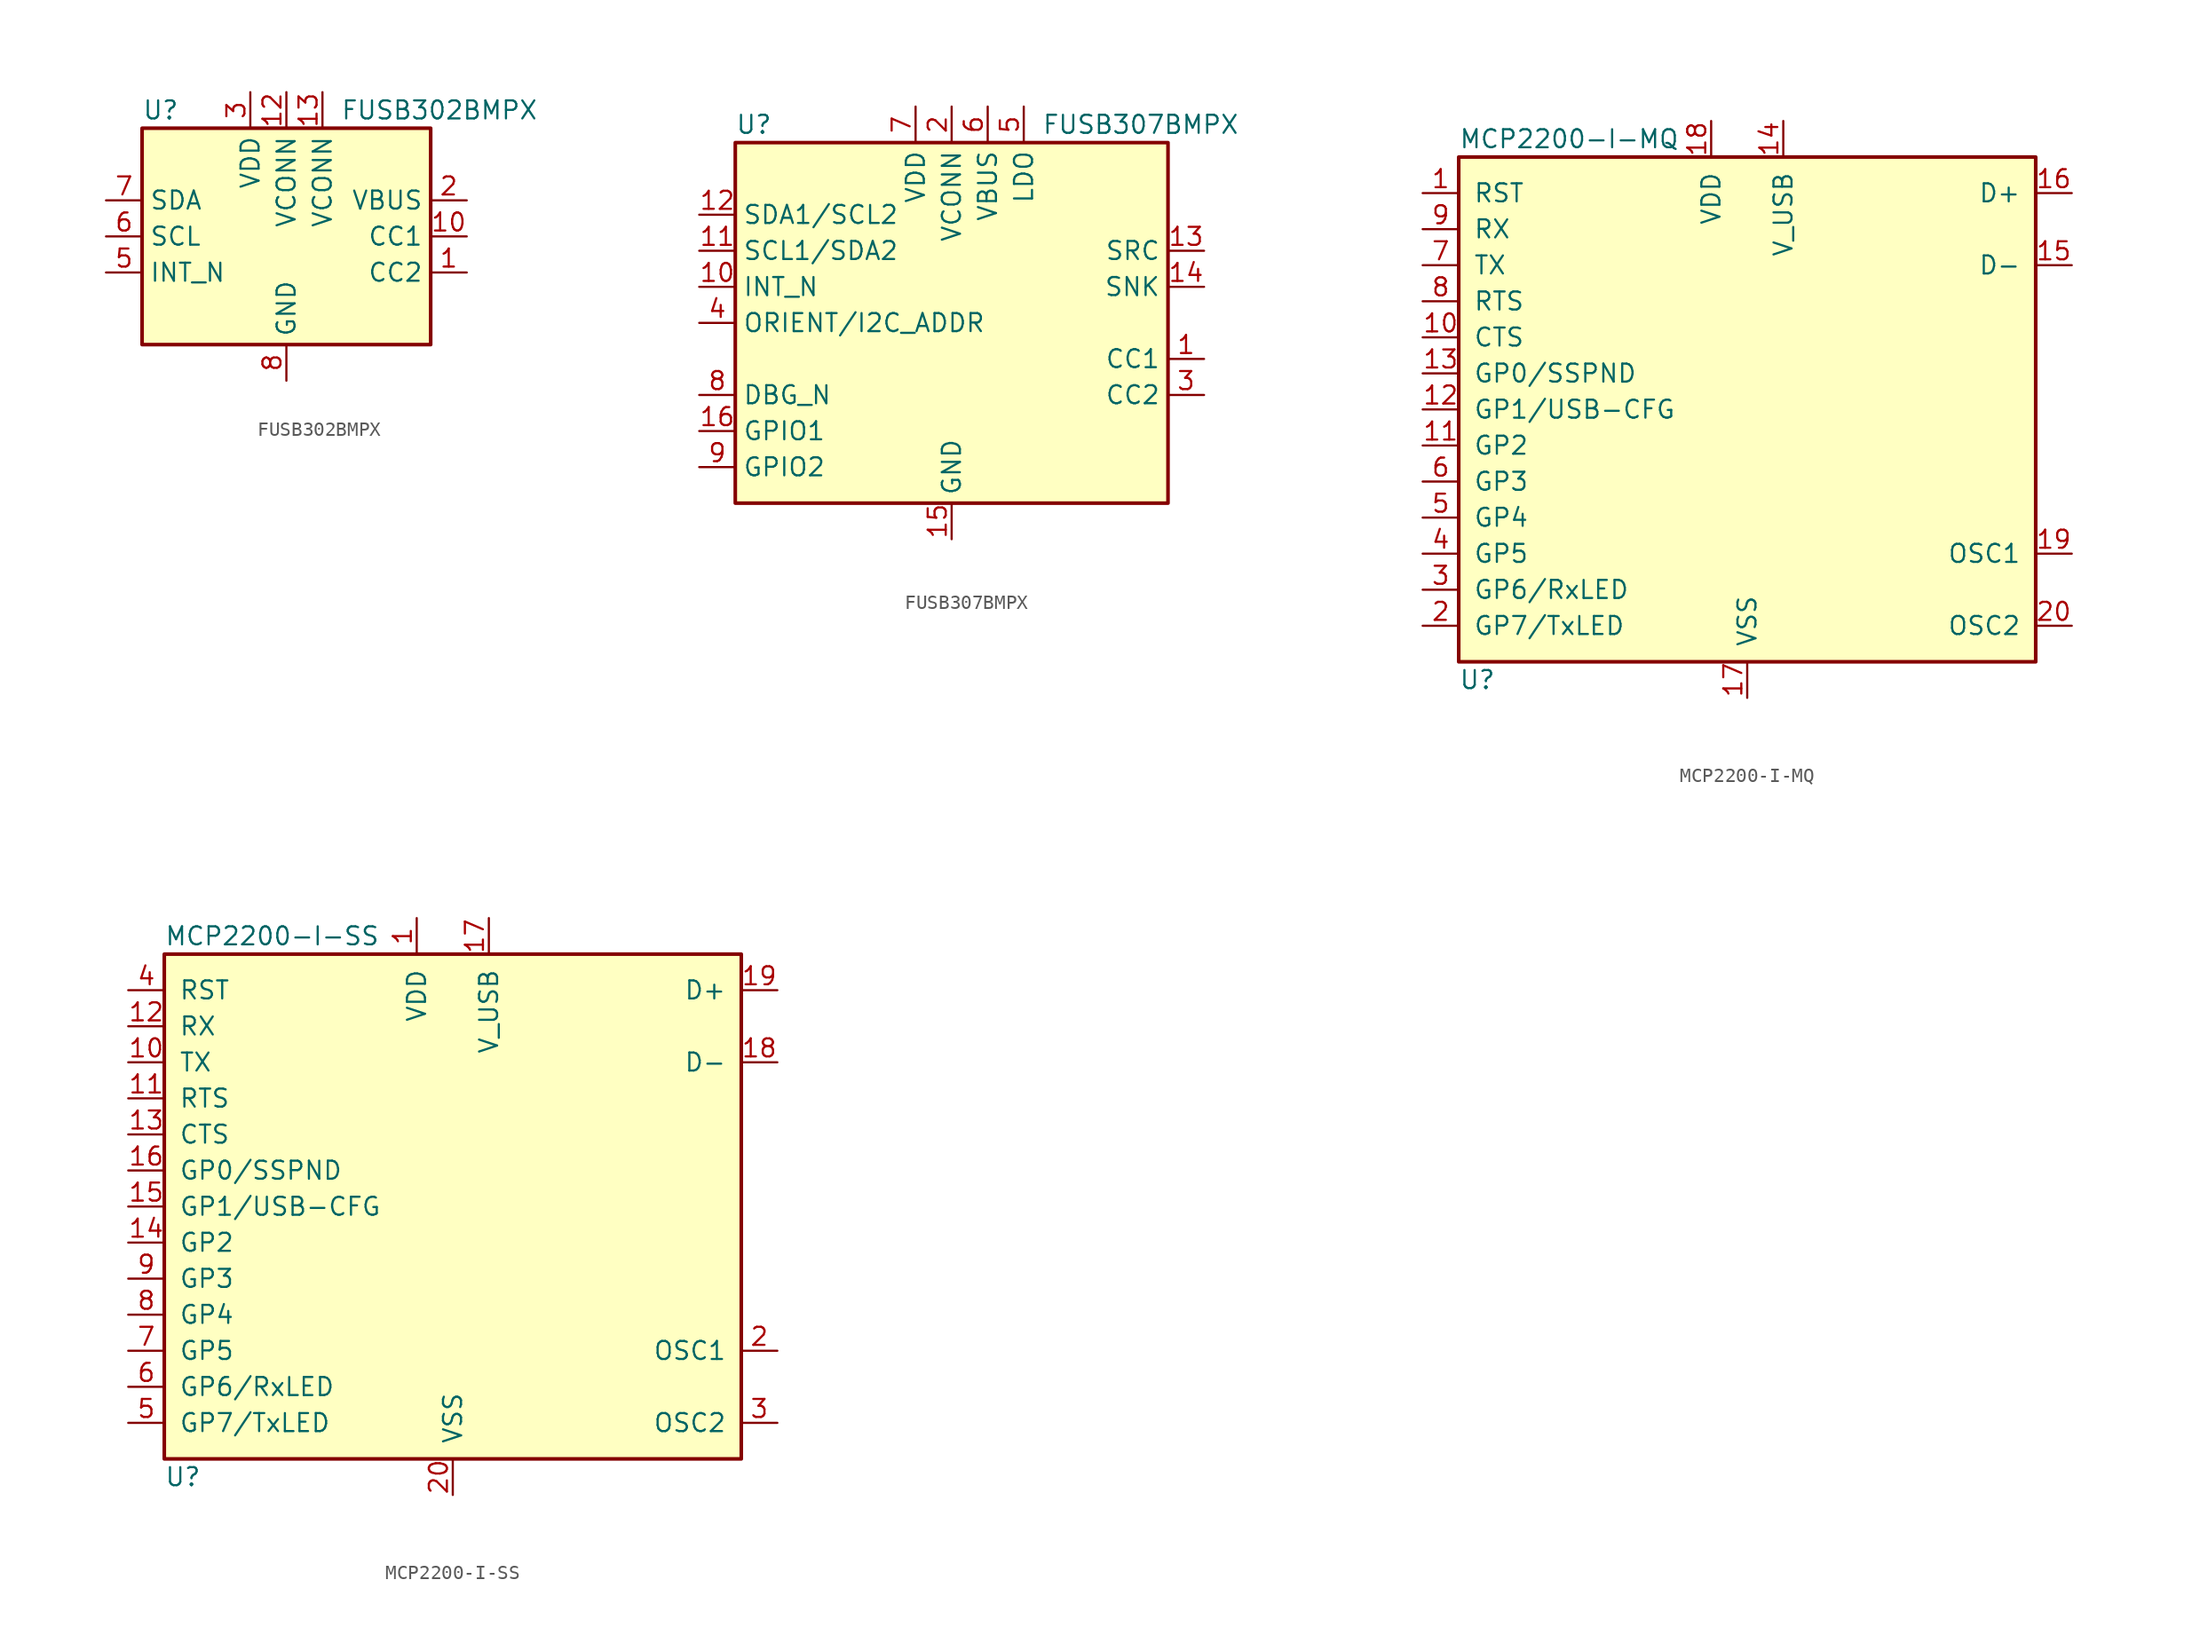
<source format=kicad_sym>
(kicad_symbol_lib
  (version 20211014)
  (generator kicad_symbol_editor)
  (symbol "FUSB302BMPX"
    (property "Reference" "U"
      (at -10.16 8.89 0)
      (effects (font (size 1.27 1.27)) (justify left)))
    (property "Value" "FUSB302BMPX"
      (at 3.81 8.89 0)
      (effects (font (size 1.27 1.27)) (justify left)))
    (symbol "FUSB302BMPX_0_1"
      (rectangle (start -10.16 7.62) (end 10.16 -7.62) (stroke (width 0.254) (type default) (color 0 0 0 0)) (fill (type background))))
    (symbol "FUSB302BMPX_1_1"
      (pin bidirectional line (at 12.7 -2.54 180) (length 2.54) (name "CC2" (effects (font (size 1.27 1.27)))) (number "1" (effects (font (size 1.27 1.27)))))
      (pin bidirectional line (at 12.7 0 180) (length 2.54) (name "CC1" (effects (font (size 1.27 1.27)))) (number "10" (effects (font (size 1.27 1.27)))))
      (pin bidirectional line (at 12.7 0 180) (length 2.54) hide (name "CC1" (effects (font (size 1.27 1.27)))) (number "11" (effects (font (size 1.27 1.27)))))
      (pin power_in line (at 0 10.16 270) (length 2.54) (name "VCONN" (effects (font (size 1.27 1.27)))) (number "12" (effects (font (size 1.27 1.27)))))
      (pin power_in line (at 2.54 10.16 270) (length 2.54) (name "VCONN" (effects (font (size 1.27 1.27)))) (number "13" (effects (font (size 1.27 1.27)))))
      (pin bidirectional line (at 12.7 -2.54 180) (length 2.54) hide (name "CC2" (effects (font (size 1.27 1.27)))) (number "14" (effects (font (size 1.27 1.27)))))
      (pin passive line (at 0 -10.16 90) (length 2.54) hide (name "GND" (effects (font (size 1.27 1.27)))) (number "15" (effects (font (size 1.27 1.27)))))
      (pin input line (at 12.7 2.54 180) (length 2.54) (name "VBUS" (effects (font (size 1.27 1.27)))) (number "2" (effects (font (size 1.27 1.27)))))
      (pin power_in line (at -2.54 10.16 270) (length 2.54) (name "VDD" (effects (font (size 1.27 1.27)))) (number "3" (effects (font (size 1.27 1.27)))))
      (pin passive line (at -2.54 10.16 270) (length 2.54) hide (name "VDD" (effects (font (size 1.27 1.27)))) (number "4" (effects (font (size 1.27 1.27)))))
      (pin open_collector line (at -12.7 -2.54 0) (length 2.54) (name "INT_N" (effects (font (size 1.27 1.27)))) (number "5" (effects (font (size 1.27 1.27)))))
      (pin input line (at -12.7 0 0) (length 2.54) (name "SCL" (effects (font (size 1.27 1.27)))) (number "6" (effects (font (size 1.27 1.27)))))
      (pin bidirectional line (at -12.7 2.54 0) (length 2.54) (name "SDA" (effects (font (size 1.27 1.27)))) (number "7" (effects (font (size 1.27 1.27)))))
      (pin power_in line (at 0 -10.16 90) (length 2.54) (name "GND" (effects (font (size 1.27 1.27)))) (number "8" (effects (font (size 1.27 1.27)))))
      (pin passive line (at 0 -10.16 90) (length 2.54) hide (name "GND" (effects (font (size 1.27 1.27)))) (number "9" (effects (font (size 1.27 1.27)))))))
  (symbol "FUSB307BMPX"
    (property "Reference" "U"
      (at -15.24 13.97 0)
      (effects (font (size 1.27 1.27)) (justify left)))
    (property "Value" "FUSB307BMPX"
      (at 6.35 13.97 0)
      (effects (font (size 1.27 1.27)) (justify left)))
    (symbol "FUSB307BMPX_0_1"
      (rectangle (start -15.24 12.7) (end 15.24 -12.7) (stroke (width 0.254) (type default) (color 0 0 0 0)) (fill (type background))))
    (symbol "FUSB307BMPX_1_1"
      (pin bidirectional line (at 17.78 -2.54 180) (length 2.54) (name "CC1" (effects (font (size 1.27 1.27)))) (number "1" (effects (font (size 1.27 1.27)))))
      (pin open_collector line (at -17.78 2.54 0) (length 2.54) (name "INT_N" (effects (font (size 1.27 1.27)))) (number "10" (effects (font (size 1.27 1.27)))))
      (pin bidirectional line (at -17.78 5.08 0) (length 2.54) (name "SCL1/SDA2" (effects (font (size 1.27 1.27)))) (number "11" (effects (font (size 1.27 1.27)))))
      (pin bidirectional line (at -17.78 7.62 0) (length 2.54) (name "SDA1/SCL2" (effects (font (size 1.27 1.27)))) (number "12" (effects (font (size 1.27 1.27)))))
      (pin output line (at 17.78 5.08 180) (length 2.54) (name "SRC" (effects (font (size 1.27 1.27)))) (number "13" (effects (font (size 1.27 1.27)))))
      (pin output line (at 17.78 2.54 180) (length 2.54) (name "SNK" (effects (font (size 1.27 1.27)))) (number "14" (effects (font (size 1.27 1.27)))))
      (pin power_in line (at 0 -15.24 90) (length 2.54) (name "GND" (effects (font (size 1.27 1.27)))) (number "15" (effects (font (size 1.27 1.27)))))
      (pin bidirectional line (at -17.78 -7.62 0) (length 2.54) (name "GPIO1" (effects (font (size 1.27 1.27)))) (number "16" (effects (font (size 1.27 1.27)))))
      (pin passive line (at 0 -15.24 90) (length 2.54) hide (name "GND" (effects (font (size 1.27 1.27)))) (number "17" (effects (font (size 1.27 1.27)))))
      (pin power_in line (at 0 15.24 270) (length 2.54) (name "VCONN" (effects (font (size 1.27 1.27)))) (number "2" (effects (font (size 1.27 1.27)))))
      (pin bidirectional line (at 17.78 -5.08 180) (length 2.54) (name "CC2" (effects (font (size 1.27 1.27)))) (number "3" (effects (font (size 1.27 1.27)))))
      (pin tri_state line (at -17.78 0 0) (length 2.54) (name "ORIENT/I2C_ADDR" (effects (font (size 1.27 1.27)))) (number "4" (effects (font (size 1.27 1.27)))))
      (pin power_out line (at 5.08 15.24 270) (length 2.54) (name "LDO" (effects (font (size 1.27 1.27)))) (number "5" (effects (font (size 1.27 1.27)))))
      (pin power_in line (at 2.54 15.24 270) (length 2.54) (name "VBUS" (effects (font (size 1.27 1.27)))) (number "6" (effects (font (size 1.27 1.27)))))
      (pin power_in line (at -2.54 15.24 270) (length 2.54) (name "VDD" (effects (font (size 1.27 1.27)))) (number "7" (effects (font (size 1.27 1.27)))))
      (pin open_collector line (at -17.78 -5.08 0) (length 2.54) (name "DBG_N" (effects (font (size 1.27 1.27)))) (number "8" (effects (font (size 1.27 1.27)))))
      (pin bidirectional line (at -17.78 -10.16 0) (length 2.54) (name "GPIO2" (effects (font (size 1.27 1.27)))) (number "9" (effects (font (size 1.27 1.27)))))))
  (symbol "MCP2200-I-MQ"
    (pin_names
      (offset 1.016))
    (property "Reference" "U"
      (at -20.32 -19.05 0)
      (effects (font (size 1.27 1.27)) (justify left)))
    (property "Value" "MCP2200-I-MQ"
      (at -20.32 19.05 0)
      (effects (font (size 1.27 1.27)) (justify left)))
    (symbol "MCP2200-I-MQ_0_1"
      (rectangle (start -20.32 17.78) (end 20.32 -17.78) (stroke (width 0.254) (type default) (color 0 0 0 0)) (fill (type background))))
    (symbol "MCP2200-I-MQ_1_1"
      (pin input line (at -22.86 15.24 0) (length 2.54) (name "RST" (effects (font (size 1.27 1.27)))) (number "1" (effects (font (size 1.27 1.27)))))
      (pin input line (at -22.86 5.08 0) (length 2.54) (name "CTS" (effects (font (size 1.27 1.27)))) (number "10" (effects (font (size 1.27 1.27)))))
      (pin bidirectional line (at -22.86 -2.54 0) (length 2.54) (name "GP2" (effects (font (size 1.27 1.27)))) (number "11" (effects (font (size 1.27 1.27)))))
      (pin bidirectional line (at -22.86 0 0) (length 2.54) (name "GP1/USB-CFG" (effects (font (size 1.27 1.27)))) (number "12" (effects (font (size 1.27 1.27)))))
      (pin bidirectional line (at -22.86 2.54 0) (length 2.54) (name "GP0/SSPND" (effects (font (size 1.27 1.27)))) (number "13" (effects (font (size 1.27 1.27)))))
      (pin power_in line (at 2.54 20.32 270) (length 2.54) (name "V_USB" (effects (font (size 1.27 1.27)))) (number "14" (effects (font (size 1.27 1.27)))))
      (pin bidirectional line (at 22.86 10.16 180) (length 2.54) (name "D-" (effects (font (size 1.27 1.27)))) (number "15" (effects (font (size 1.27 1.27)))))
      (pin bidirectional line (at 22.86 15.24 180) (length 2.54) (name "D+" (effects (font (size 1.27 1.27)))) (number "16" (effects (font (size 1.27 1.27)))))
      (pin power_in line (at 0 -20.32 90) (length 2.54) (name "VSS" (effects (font (size 1.27 1.27)))) (number "17" (effects (font (size 1.27 1.27)))))
      (pin power_in line (at -2.54 20.32 270) (length 2.54) (name "VDD" (effects (font (size 1.27 1.27)))) (number "18" (effects (font (size 1.27 1.27)))))
      (pin input line (at 22.86 -10.16 180) (length 2.54) (name "OSC1" (effects (font (size 1.27 1.27)))) (number "19" (effects (font (size 1.27 1.27)))))
      (pin bidirectional line (at -22.86 -15.24 0) (length 2.54) (name "GP7/TxLED" (effects (font (size 1.27 1.27)))) (number "2" (effects (font (size 1.27 1.27)))))
      (pin output line (at 22.86 -15.24 180) (length 2.54) (name "OSC2" (effects (font (size 1.27 1.27)))) (number "20" (effects (font (size 1.27 1.27)))))
      (pin no_connect line (at 22.86 0 180) (length 2.54) hide (name "EP" (effects (font (size 1.27 1.27)))) (number "21" (effects (font (size 1.27 1.27)))))
      (pin bidirectional line (at -22.86 -12.7 0) (length 2.54) (name "GP6/RxLED" (effects (font (size 1.27 1.27)))) (number "3" (effects (font (size 1.27 1.27)))))
      (pin bidirectional line (at -22.86 -10.16 0) (length 2.54) (name "GP5" (effects (font (size 1.27 1.27)))) (number "4" (effects (font (size 1.27 1.27)))))
      (pin bidirectional line (at -22.86 -7.62 0) (length 2.54) (name "GP4" (effects (font (size 1.27 1.27)))) (number "5" (effects (font (size 1.27 1.27)))))
      (pin bidirectional line (at -22.86 -5.08 0) (length 2.54) (name "GP3" (effects (font (size 1.27 1.27)))) (number "6" (effects (font (size 1.27 1.27)))))
      (pin output line (at -22.86 10.16 0) (length 2.54) (name "TX" (effects (font (size 1.27 1.27)))) (number "7" (effects (font (size 1.27 1.27)))))
      (pin output line (at -22.86 7.62 0) (length 2.54) (name "RTS" (effects (font (size 1.27 1.27)))) (number "8" (effects (font (size 1.27 1.27)))))
      (pin input line (at -22.86 12.7 0) (length 2.54) (name "RX" (effects (font (size 1.27 1.27)))) (number "9" (effects (font (size 1.27 1.27)))))))
  (symbol "MCP2200-I-SS"
    (pin_names
      (offset 1.016))
    (property "Reference" "U"
      (at -20.32 -19.05 0)
      (effects (font (size 1.27 1.27)) (justify left)))
    (property "Value" "MCP2200-I-SS"
      (at -20.32 19.05 0)
      (effects (font (size 1.27 1.27)) (justify left)))
    (symbol "MCP2200-I-SS_0_1"
      (rectangle (start -20.32 17.78) (end 20.32 -17.78) (stroke (width 0.254) (type default) (color 0 0 0 0)) (fill (type background))))
    (symbol "MCP2200-I-SS_1_1"
      (pin power_in line (at -2.54 20.32 270) (length 2.54) (name "VDD" (effects (font (size 1.27 1.27)))) (number "1" (effects (font (size 1.27 1.27)))))
      (pin output line (at -22.86 10.16 0) (length 2.54) (name "TX" (effects (font (size 1.27 1.27)))) (number "10" (effects (font (size 1.27 1.27)))))
      (pin output line (at -22.86 7.62 0) (length 2.54) (name "RTS" (effects (font (size 1.27 1.27)))) (number "11" (effects (font (size 1.27 1.27)))))
      (pin input line (at -22.86 12.7 0) (length 2.54) (name "RX" (effects (font (size 1.27 1.27)))) (number "12" (effects (font (size 1.27 1.27)))))
      (pin input line (at -22.86 5.08 0) (length 2.54) (name "CTS" (effects (font (size 1.27 1.27)))) (number "13" (effects (font (size 1.27 1.27)))))
      (pin bidirectional line (at -22.86 -2.54 0) (length 2.54) (name "GP2" (effects (font (size 1.27 1.27)))) (number "14" (effects (font (size 1.27 1.27)))))
      (pin bidirectional line (at -22.86 0 0) (length 2.54) (name "GP1/USB-CFG" (effects (font (size 1.27 1.27)))) (number "15" (effects (font (size 1.27 1.27)))))
      (pin bidirectional line (at -22.86 2.54 0) (length 2.54) (name "GP0/SSPND" (effects (font (size 1.27 1.27)))) (number "16" (effects (font (size 1.27 1.27)))))
      (pin power_in line (at 2.54 20.32 270) (length 2.54) (name "V_USB" (effects (font (size 1.27 1.27)))) (number "17" (effects (font (size 1.27 1.27)))))
      (pin bidirectional line (at 22.86 10.16 180) (length 2.54) (name "D-" (effects (font (size 1.27 1.27)))) (number "18" (effects (font (size 1.27 1.27)))))
      (pin bidirectional line (at 22.86 15.24 180) (length 2.54) (name "D+" (effects (font (size 1.27 1.27)))) (number "19" (effects (font (size 1.27 1.27)))))
      (pin input line (at 22.86 -10.16 180) (length 2.54) (name "OSC1" (effects (font (size 1.27 1.27)))) (number "2" (effects (font (size 1.27 1.27)))))
      (pin power_in line (at 0 -20.32 90) (length 2.54) (name "VSS" (effects (font (size 1.27 1.27)))) (number "20" (effects (font (size 1.27 1.27)))))
      (pin output line (at 22.86 -15.24 180) (length 2.54) (name "OSC2" (effects (font (size 1.27 1.27)))) (number "3" (effects (font (size 1.27 1.27)))))
      (pin input line (at -22.86 15.24 0) (length 2.54) (name "RST" (effects (font (size 1.27 1.27)))) (number "4" (effects (font (size 1.27 1.27)))))
      (pin bidirectional line (at -22.86 -15.24 0) (length 2.54) (name "GP7/TxLED" (effects (font (size 1.27 1.27)))) (number "5" (effects (font (size 1.27 1.27)))))
      (pin bidirectional line (at -22.86 -12.7 0) (length 2.54) (name "GP6/RxLED" (effects (font (size 1.27 1.27)))) (number "6" (effects (font (size 1.27 1.27)))))
      (pin bidirectional line (at -22.86 -10.16 0) (length 2.54) (name "GP5" (effects (font (size 1.27 1.27)))) (number "7" (effects (font (size 1.27 1.27)))))
      (pin bidirectional line (at -22.86 -7.62 0) (length 2.54) (name "GP4" (effects (font (size 1.27 1.27)))) (number "8" (effects (font (size 1.27 1.27)))))
      (pin bidirectional line (at -22.86 -5.08 0) (length 2.54) (name "GP3" (effects (font (size 1.27 1.27)))) (number "9" (effects (font (size 1.27 1.27))))))))
</source>
